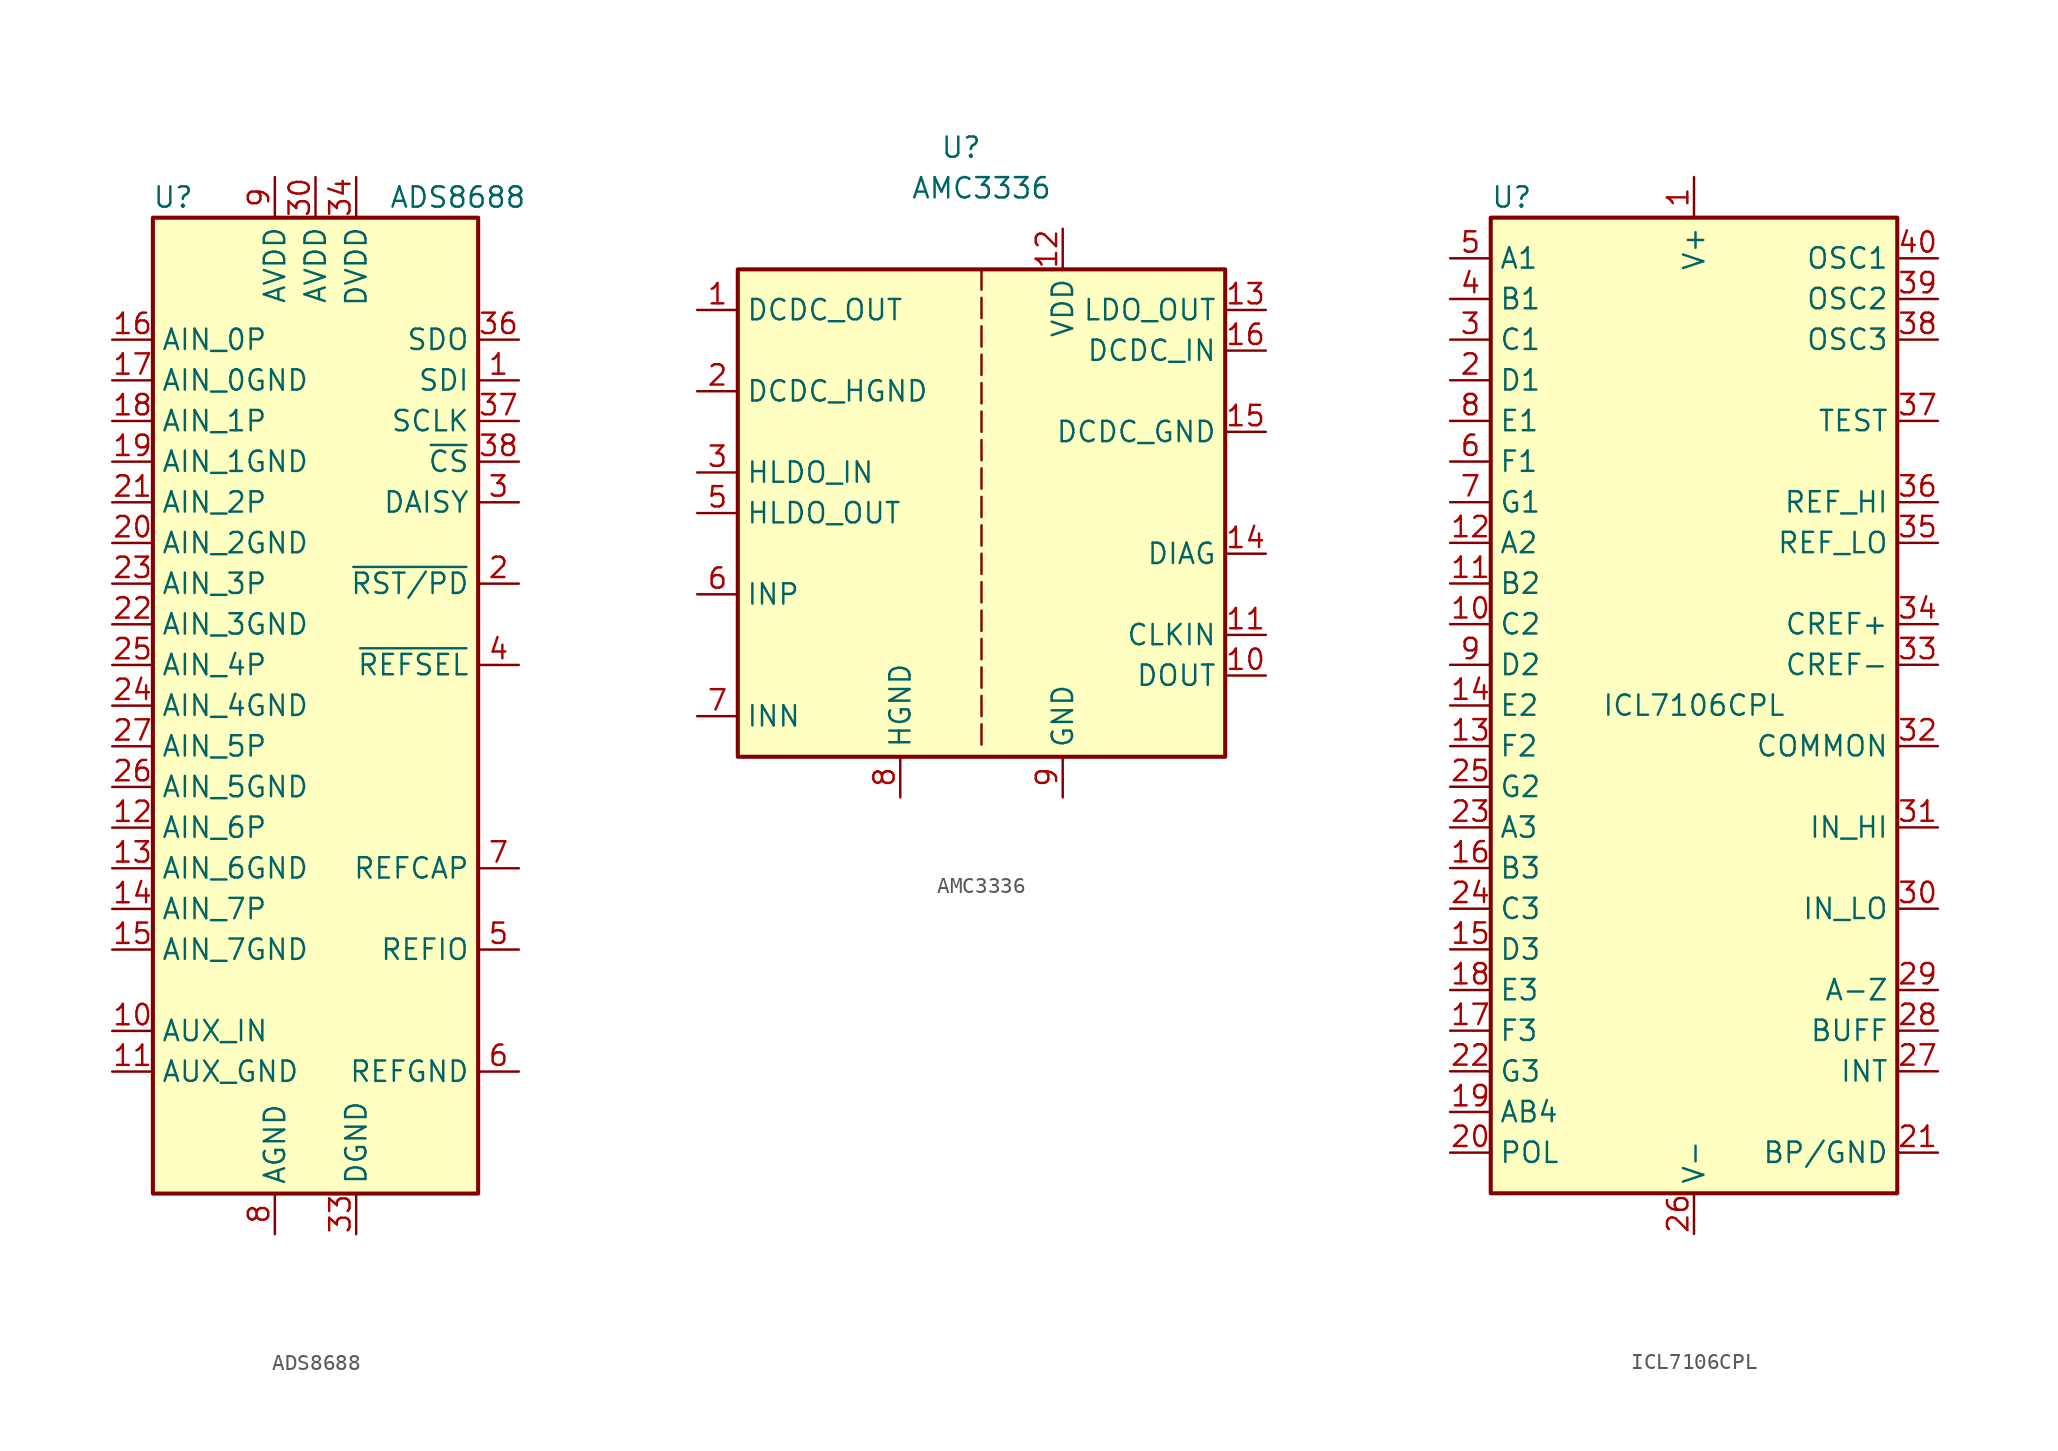
<source format=kicad_sym>
(kicad_symbol_lib
  (version 20241209)
  (generator "kicad_symbol_editor")
  (generator_version "9.0")
  (symbol "ADS8688"
    (property "Reference" "U"
      (at -8.89 31.75 0)
      (effects (font (size 1.27 1.27))))
    (property "Value" "ADS8688"
      (at 8.89 31.75 0)
      (effects (font (size 1.27 1.27))))
    (symbol "ADS8688_0_1"
      (rectangle (start -10.16 30.48) (end 10.16 -30.48) (stroke (width 0.254) (type default)) (fill (type background))))
    (symbol "ADS8688_1_1"
      (pin input line (at -12.7 22.86 0) (length 2.54) (name "AIN_0P" (effects (font (size 1.27 1.27)))) (number "16" (effects (font (size 1.27 1.27)))))
      (pin input line (at -12.7 20.32 0) (length 2.54) (name "AIN_0GND" (effects (font (size 1.27 1.27)))) (number "17" (effects (font (size 1.27 1.27)))))
      (pin input line (at -12.7 17.78 0) (length 2.54) (name "AIN_1P" (effects (font (size 1.27 1.27)))) (number "18" (effects (font (size 1.27 1.27)))))
      (pin input line (at -12.7 15.24 0) (length 2.54) (name "AIN_1GND" (effects (font (size 1.27 1.27)))) (number "19" (effects (font (size 1.27 1.27)))))
      (pin input line (at -12.7 12.7 0) (length 2.54) (name "AIN_2P" (effects (font (size 1.27 1.27)))) (number "21" (effects (font (size 1.27 1.27)))))
      (pin input line (at -12.7 10.16 0) (length 2.54) (name "AIN_2GND" (effects (font (size 1.27 1.27)))) (number "20" (effects (font (size 1.27 1.27)))))
      (pin input line (at -12.7 7.62 0) (length 2.54) (name "AIN_3P" (effects (font (size 1.27 1.27)))) (number "23" (effects (font (size 1.27 1.27)))))
      (pin input line (at -12.7 5.08 0) (length 2.54) (name "AIN_3GND" (effects (font (size 1.27 1.27)))) (number "22" (effects (font (size 1.27 1.27)))))
      (pin input line (at -12.7 2.54 0) (length 2.54) (name "AIN_4P" (effects (font (size 1.27 1.27)))) (number "25" (effects (font (size 1.27 1.27)))))
      (pin input line (at -12.7 0 0) (length 2.54) (name "AIN_4GND" (effects (font (size 1.27 1.27)))) (number "24" (effects (font (size 1.27 1.27)))))
      (pin input line (at -12.7 -2.54 0) (length 2.54) (name "AIN_5P" (effects (font (size 1.27 1.27)))) (number "27" (effects (font (size 1.27 1.27)))))
      (pin input line (at -12.7 -5.08 0) (length 2.54) (name "AIN_5GND" (effects (font (size 1.27 1.27)))) (number "26" (effects (font (size 1.27 1.27)))))
      (pin input line (at -12.7 -7.62 0) (length 2.54) (name "AIN_6P" (effects (font (size 1.27 1.27)))) (number "12" (effects (font (size 1.27 1.27)))))
      (pin input line (at -12.7 -10.16 0) (length 2.54) (name "AIN_6GND" (effects (font (size 1.27 1.27)))) (number "13" (effects (font (size 1.27 1.27)))))
      (pin input line (at -12.7 -12.7 0) (length 2.54) (name "AIN_7P" (effects (font (size 1.27 1.27)))) (number "14" (effects (font (size 1.27 1.27)))))
      (pin input line (at -12.7 -15.24 0) (length 2.54) (name "AIN_7GND" (effects (font (size 1.27 1.27)))) (number "15" (effects (font (size 1.27 1.27)))))
      (pin input line (at -12.7 -20.32 0) (length 2.54) (name "AUX_IN" (effects (font (size 1.27 1.27)))) (number "10" (effects (font (size 1.27 1.27)))))
      (pin input line (at -12.7 -22.86 0) (length 2.54) (name "AUX_GND" (effects (font (size 1.27 1.27)))) (number "11" (effects (font (size 1.27 1.27)))))
      (pin power_in line (at -2.54 33.02 270) (length 2.54) (name "AVDD" (effects (font (size 1.27 1.27)))) (number "9" (effects (font (size 1.27 1.27)))))
      (pin passive line (at -2.54 -33.02 90) (length 2.54) (hide yes) (name "AGND" (effects (font (size 1.27 1.27)))) (number "28" (effects (font (size 1.27 1.27)))))
      (pin passive line (at -2.54 -33.02 90) (length 2.54) (hide yes) (name "AGND" (effects (font (size 1.27 1.27)))) (number "29" (effects (font (size 1.27 1.27)))))
      (pin passive line (at -2.54 -33.02 90) (length 2.54) (hide yes) (name "AGND" (effects (font (size 1.27 1.27)))) (number "31" (effects (font (size 1.27 1.27)))))
      (pin passive line (at -2.54 -33.02 90) (length 2.54) (hide yes) (name "AGND" (effects (font (size 1.27 1.27)))) (number "32" (effects (font (size 1.27 1.27)))))
      (pin power_in line (at -2.54 -33.02 90) (length 2.54) (name "AGND" (effects (font (size 1.27 1.27)))) (number "8" (effects (font (size 1.27 1.27)))))
      (pin power_in line (at 0 33.02 270) (length 2.54) (name "AVDD" (effects (font (size 1.27 1.27)))) (number "30" (effects (font (size 1.27 1.27)))))
      (pin power_in line (at 2.54 33.02 270) (length 2.54) (name "DVDD" (effects (font (size 1.27 1.27)))) (number "34" (effects (font (size 1.27 1.27)))))
      (pin power_in line (at 2.54 -33.02 90) (length 2.54) (name "DGND" (effects (font (size 1.27 1.27)))) (number "33" (effects (font (size 1.27 1.27)))))
      (pin no_connect line (at 10.16 -5.08 180) (length 2.54) (hide yes) (name "DNC" (effects (font (size 1.27 1.27)))) (number "35" (effects (font (size 1.27 1.27)))))
      (pin output line (at 12.7 22.86 180) (length 2.54) (name "SDO" (effects (font (size 1.27 1.27)))) (number "36" (effects (font (size 1.27 1.27)))))
      (pin input line (at 12.7 20.32 180) (length 2.54) (name "SDI" (effects (font (size 1.27 1.27)))) (number "1" (effects (font (size 1.27 1.27)))))
      (pin input line (at 12.7 17.78 180) (length 2.54) (name "SCLK" (effects (font (size 1.27 1.27)))) (number "37" (effects (font (size 1.27 1.27)))))
      (pin input line (at 12.7 15.24 180) (length 2.54) (name "~{CS}" (effects (font (size 1.27 1.27)))) (number "38" (effects (font (size 1.27 1.27)))))
      (pin input line (at 12.7 12.7 180) (length 2.54) (name "DAISY" (effects (font (size 1.27 1.27)))) (number "3" (effects (font (size 1.27 1.27)))))
      (pin input line (at 12.7 7.62 180) (length 2.54) (name "~{RST/PD}" (effects (font (size 1.27 1.27)))) (number "2" (effects (font (size 1.27 1.27)))))
      (pin input line (at 12.7 2.54 180) (length 2.54) (name "~{REFSEL}" (effects (font (size 1.27 1.27)))) (number "4" (effects (font (size 1.27 1.27)))))
      (pin passive line (at 12.7 -10.16 180) (length 2.54) (name "REFCAP" (effects (font (size 1.27 1.27)))) (number "7" (effects (font (size 1.27 1.27)))))
      (pin passive line (at 12.7 -15.24 180) (length 2.54) (name "REFIO" (effects (font (size 1.27 1.27)))) (number "5" (effects (font (size 1.27 1.27)))))
      (pin power_in line (at 12.7 -22.86 180) (length 2.54) (name "REFGND" (effects (font (size 1.27 1.27)))) (number "6" (effects (font (size 1.27 1.27)))))))
  (symbol "AMC3336"
    (property "Reference" "U"
      (at -1.27 22.86 0)
      (effects (font (size 1.27 1.27))))
    (property "Value" "AMC3336"
      (at 0 20.32 0)
      (effects (font (size 1.27 1.27))))
    (symbol "AMC3336_0_1"
      (rectangle (start -15.24 15.24) (end 15.24 -15.24) (stroke (width 0.254) (type default)) (fill (type background)))
      (polyline (pts (xy 0 15.24) (xy 0 13.97)) (stroke (width 0) (type default)) (fill (type none)))
      (polyline (pts (xy 0 13.462) (xy 0 12.192)) (stroke (width 0) (type default)) (fill (type none)))
      (polyline (pts (xy 0 11.684) (xy 0 10.414)) (stroke (width 0) (type default)) (fill (type none)))
      (polyline (pts (xy 0 9.906) (xy 0 8.636)) (stroke (width 0) (type default)) (fill (type none)))
      (polyline (pts (xy 0 8.128) (xy 0 6.858)) (stroke (width 0) (type default)) (fill (type none)))
      (polyline (pts (xy 0 6.35) (xy 0 5.08)) (stroke (width 0) (type default)) (fill (type none)))
      (polyline (pts (xy 0 4.572) (xy 0 3.302)) (stroke (width 0) (type default)) (fill (type none)))
      (polyline (pts (xy 0 2.794) (xy 0 1.524)) (stroke (width 0) (type default)) (fill (type none)))
      (polyline (pts (xy 0 1.016) (xy 0 -0.254)) (stroke (width 0) (type default)) (fill (type none)))
      (polyline (pts (xy 0 -0.762) (xy 0 -2.032)) (stroke (width 0) (type default)) (fill (type none)))
      (polyline (pts (xy 0 -2.54) (xy 0 -3.81)) (stroke (width 0) (type default)) (fill (type none)))
      (polyline (pts (xy 0 -4.318) (xy 0 -5.588)) (stroke (width 0) (type default)) (fill (type none)))
      (polyline (pts (xy 0 -6.096) (xy 0 -7.366)) (stroke (width 0) (type default)) (fill (type none)))
      (polyline (pts (xy 0 -7.874) (xy 0 -9.144)) (stroke (width 0) (type default)) (fill (type none)))
      (polyline (pts (xy 0 -9.652) (xy 0 -10.922)) (stroke (width 0) (type default)) (fill (type none)))
      (polyline (pts (xy 0 -11.43) (xy 0 -12.7)) (stroke (width 0) (type default)) (fill (type none)))
      (polyline (pts (xy 0 -13.208) (xy 0 -14.478)) (stroke (width 0) (type default)) (fill (type none))))
    (symbol "AMC3336_1_1"
      (pin power_out line (at -17.78 12.7 0) (length 2.54) (name "DCDC_OUT" (effects (font (size 1.27 1.27)))) (number "1" (effects (font (size 1.27 1.27)))))
      (pin power_out line (at -17.78 7.62 0) (length 2.54) (name "DCDC_HGND" (effects (font (size 1.27 1.27)))) (number "2" (effects (font (size 1.27 1.27)))))
      (pin power_in line (at -17.78 2.54 0) (length 2.54) (name "HLDO_IN" (effects (font (size 1.27 1.27)))) (number "3" (effects (font (size 1.27 1.27)))))
      (pin power_out line (at -17.78 0 0) (length 2.54) (name "HLDO_OUT" (effects (font (size 1.27 1.27)))) (number "5" (effects (font (size 1.27 1.27)))))
      (pin input line (at -17.78 -5.08 0) (length 2.54) (name "INP" (effects (font (size 1.27 1.27)))) (number "6" (effects (font (size 1.27 1.27)))))
      (pin input line (at -17.78 -12.7 0) (length 2.54) (name "INN" (effects (font (size 1.27 1.27)))) (number "7" (effects (font (size 1.27 1.27)))))
      (pin no_connect line (at -7.62 -15.24 90) (length 2.54) (hide yes) (name "NC" (effects (font (size 1.27 1.27)))) (number "4" (effects (font (size 1.27 1.27)))))
      (pin power_in line (at -5.08 -17.78 90) (length 2.54) (name "HGND" (effects (font (size 1.27 1.27)))) (number "8" (effects (font (size 1.27 1.27)))))
      (pin power_in line (at 5.08 17.78 270) (length 2.54) (name "VDD" (effects (font (size 1.27 1.27)))) (number "12" (effects (font (size 1.27 1.27)))))
      (pin power_in line (at 5.08 -17.78 90) (length 2.54) (name "GND" (effects (font (size 1.27 1.27)))) (number "9" (effects (font (size 1.27 1.27)))))
      (pin power_out line (at 17.78 12.7 180) (length 2.54) (name "LDO_OUT" (effects (font (size 1.27 1.27)))) (number "13" (effects (font (size 1.27 1.27)))))
      (pin power_in line (at 17.78 10.16 180) (length 2.54) (name "DCDC_IN" (effects (font (size 1.27 1.27)))) (number "16" (effects (font (size 1.27 1.27)))))
      (pin power_in line (at 17.78 5.08 180) (length 2.54) (name "DCDC_GND" (effects (font (size 1.27 1.27)))) (number "15" (effects (font (size 1.27 1.27)))))
      (pin output line (at 17.78 -2.54 180) (length 2.54) (name "DIAG" (effects (font (size 1.27 1.27)))) (number "14" (effects (font (size 1.27 1.27)))))
      (pin input line (at 17.78 -7.62 180) (length 2.54) (name "CLKIN" (effects (font (size 1.27 1.27)))) (number "11" (effects (font (size 1.27 1.27)))))
      (pin output line (at 17.78 -10.16 180) (length 2.54) (name "DOUT" (effects (font (size 1.27 1.27)))) (number "10" (effects (font (size 1.27 1.27)))))))
  (symbol "ICL7106CPL"
    (property "Reference" "U"
      (at -12.7 31.75 0)
      (effects (font (size 1.27 1.27)) (justify left)))
    (property "Value" "ICL7106CPL"
      (at 0 0 0)
      (effects (font (size 1.27 1.27))))
    (symbol "ICL7106CPL_0_1"
      (rectangle (start -12.7 30.48) (end 12.7 -30.48) (stroke (width 0.254) (type default)) (fill (type background))))
    (symbol "ICL7106CPL_1_1"
      (pin output line (at -15.24 27.94 0) (length 2.54) (name "A1" (effects (font (size 1.27 1.27)))) (number "5" (effects (font (size 1.27 1.27)))))
      (pin output line (at -15.24 25.4 0) (length 2.54) (name "B1" (effects (font (size 1.27 1.27)))) (number "4" (effects (font (size 1.27 1.27)))))
      (pin output line (at -15.24 22.86 0) (length 2.54) (name "C1" (effects (font (size 1.27 1.27)))) (number "3" (effects (font (size 1.27 1.27)))))
      (pin output line (at -15.24 20.32 0) (length 2.54) (name "D1" (effects (font (size 1.27 1.27)))) (number "2" (effects (font (size 1.27 1.27)))))
      (pin output line (at -15.24 17.78 0) (length 2.54) (name "E1" (effects (font (size 1.27 1.27)))) (number "8" (effects (font (size 1.27 1.27)))))
      (pin output line (at -15.24 15.24 0) (length 2.54) (name "F1" (effects (font (size 1.27 1.27)))) (number "6" (effects (font (size 1.27 1.27)))))
      (pin output line (at -15.24 12.7 0) (length 2.54) (name "G1" (effects (font (size 1.27 1.27)))) (number "7" (effects (font (size 1.27 1.27)))))
      (pin output line (at -15.24 10.16 0) (length 2.54) (name "A2" (effects (font (size 1.27 1.27)))) (number "12" (effects (font (size 1.27 1.27)))))
      (pin output line (at -15.24 7.62 0) (length 2.54) (name "B2" (effects (font (size 1.27 1.27)))) (number "11" (effects (font (size 1.27 1.27)))))
      (pin output line (at -15.24 5.08 0) (length 2.54) (name "C2" (effects (font (size 1.27 1.27)))) (number "10" (effects (font (size 1.27 1.27)))))
      (pin output line (at -15.24 2.54 0) (length 2.54) (name "D2" (effects (font (size 1.27 1.27)))) (number "9" (effects (font (size 1.27 1.27)))))
      (pin output line (at -15.24 0 0) (length 2.54) (name "E2" (effects (font (size 1.27 1.27)))) (number "14" (effects (font (size 1.27 1.27)))))
      (pin output line (at -15.24 -2.54 0) (length 2.54) (name "F2" (effects (font (size 1.27 1.27)))) (number "13" (effects (font (size 1.27 1.27)))))
      (pin output line (at -15.24 -5.08 0) (length 2.54) (name "G2" (effects (font (size 1.27 1.27)))) (number "25" (effects (font (size 1.27 1.27)))))
      (pin output line (at -15.24 -7.62 0) (length 2.54) (name "A3" (effects (font (size 1.27 1.27)))) (number "23" (effects (font (size 1.27 1.27)))))
      (pin output line (at -15.24 -10.16 0) (length 2.54) (name "B3" (effects (font (size 1.27 1.27)))) (number "16" (effects (font (size 1.27 1.27)))))
      (pin output line (at -15.24 -12.7 0) (length 2.54) (name "C3" (effects (font (size 1.27 1.27)))) (number "24" (effects (font (size 1.27 1.27)))))
      (pin output line (at -15.24 -15.24 0) (length 2.54) (name "D3" (effects (font (size 1.27 1.27)))) (number "15" (effects (font (size 1.27 1.27)))))
      (pin output line (at -15.24 -17.78 0) (length 2.54) (name "E3" (effects (font (size 1.27 1.27)))) (number "18" (effects (font (size 1.27 1.27)))))
      (pin output line (at -15.24 -20.32 0) (length 2.54) (name "F3" (effects (font (size 1.27 1.27)))) (number "17" (effects (font (size 1.27 1.27)))))
      (pin output line (at -15.24 -22.86 0) (length 2.54) (name "G3" (effects (font (size 1.27 1.27)))) (number "22" (effects (font (size 1.27 1.27)))))
      (pin output line (at -15.24 -25.4 0) (length 2.54) (name "AB4" (effects (font (size 1.27 1.27)))) (number "19" (effects (font (size 1.27 1.27)))))
      (pin output line (at -15.24 -27.94 0) (length 2.54) (name "POL" (effects (font (size 1.27 1.27)))) (number "20" (effects (font (size 1.27 1.27)))))
      (pin power_in line (at 0 33.02 270) (length 2.54) (name "V+" (effects (font (size 1.27 1.27)))) (number "1" (effects (font (size 1.27 1.27)))))
      (pin power_in line (at 0 -33.02 90) (length 2.54) (name "V-" (effects (font (size 1.27 1.27)))) (number "26" (effects (font (size 1.27 1.27)))))
      (pin passive line (at 15.24 27.94 180) (length 2.54) (name "OSC1" (effects (font (size 1.27 1.27)))) (number "40" (effects (font (size 1.27 1.27)))))
      (pin passive line (at 15.24 25.4 180) (length 2.54) (name "OSC2" (effects (font (size 1.27 1.27)))) (number "39" (effects (font (size 1.27 1.27)))))
      (pin passive line (at 15.24 22.86 180) (length 2.54) (name "OSC3" (effects (font (size 1.27 1.27)))) (number "38" (effects (font (size 1.27 1.27)))))
      (pin passive line (at 15.24 17.78 180) (length 2.54) (name "TEST" (effects (font (size 1.27 1.27)))) (number "37" (effects (font (size 1.27 1.27)))))
      (pin passive line (at 15.24 12.7 180) (length 2.54) (name "REF_HI" (effects (font (size 1.27 1.27)))) (number "36" (effects (font (size 1.27 1.27)))))
      (pin passive line (at 15.24 10.16 180) (length 2.54) (name "REF_LO" (effects (font (size 1.27 1.27)))) (number "35" (effects (font (size 1.27 1.27)))))
      (pin passive line (at 15.24 5.08 180) (length 2.54) (name "CREF+" (effects (font (size 1.27 1.27)))) (number "34" (effects (font (size 1.27 1.27)))))
      (pin passive line (at 15.24 2.54 180) (length 2.54) (name "CREF-" (effects (font (size 1.27 1.27)))) (number "33" (effects (font (size 1.27 1.27)))))
      (pin output line (at 15.24 -2.54 180) (length 2.54) (name "COMMON" (effects (font (size 1.27 1.27)))) (number "32" (effects (font (size 1.27 1.27)))))
      (pin input line (at 15.24 -7.62 180) (length 2.54) (name "IN_HI" (effects (font (size 1.27 1.27)))) (number "31" (effects (font (size 1.27 1.27)))))
      (pin input line (at 15.24 -12.7 180) (length 2.54) (name "IN_LO" (effects (font (size 1.27 1.27)))) (number "30" (effects (font (size 1.27 1.27)))))
      (pin passive line (at 15.24 -17.78 180) (length 2.54) (name "A-Z" (effects (font (size 1.27 1.27)))) (number "29" (effects (font (size 1.27 1.27)))))
      (pin output line (at 15.24 -20.32 180) (length 2.54) (name "BUFF" (effects (font (size 1.27 1.27)))) (number "28" (effects (font (size 1.27 1.27)))))
      (pin passive line (at 15.24 -22.86 180) (length 2.54) (name "INT" (effects (font (size 1.27 1.27)))) (number "27" (effects (font (size 1.27 1.27)))))
      (pin bidirectional line (at 15.24 -27.94 180) (length 2.54) (name "BP/GND" (effects (font (size 1.27 1.27)))) (number "21" (effects (font (size 1.27 1.27))))))))
</source>
